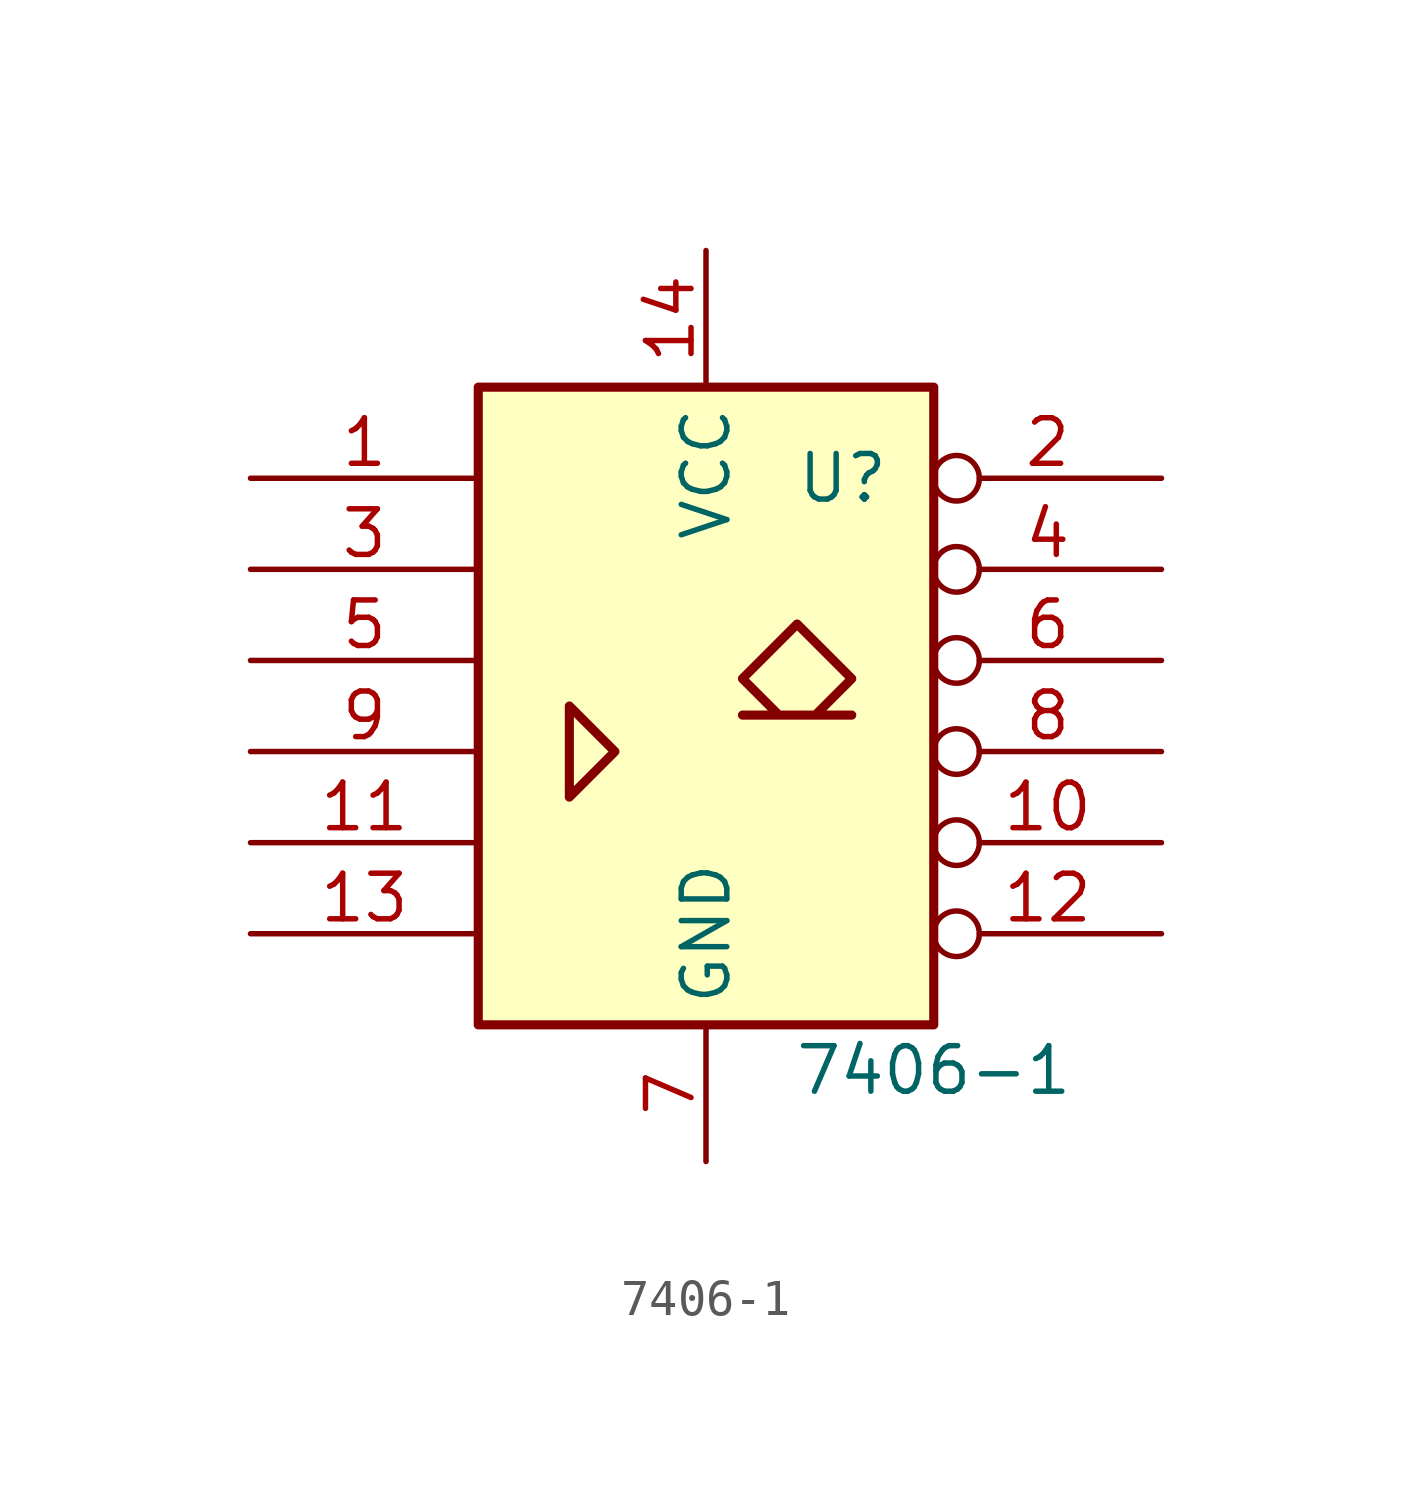
<source format=kicad_sym>
(kicad_symbol_lib
  (version 20231120)
  (generator "kicad_symbol_editor")
  (generator_version "8.0")
  (symbol "7406-1"
    (property "Reference" "U"
      (at 3.81 6.35 0)
      (effects (font (size 1.27 1.27))))
    (property "Value" "7406-1"
      (at 6.35 -10.16 0)
      (effects (font (size 1.27 1.27))))
    (symbol "7406-1_0_0"
      (polyline (pts (xy -3.81 0) (xy -3.81 -2.54) (xy -2.54 -1.27) (xy -3.81 0) (xy -3.81 0)) (stroke (width 0.254) (type default)) (fill (type background)))
      (polyline (pts (xy 3.048 -0.254) (xy 4.064 0.762) (xy 2.54 2.286) (xy 1.016 0.762) (xy 2.032 -0.254) (xy 1.016 -0.254) (xy 4.064 -0.254) (xy 4.064 -0.254)) (stroke (width 0.254) (type default)) (fill (type background))))
    (symbol "7406-1_0_1"
      (rectangle (start -6.35 8.89) (end 6.35 -8.89) (stroke (width 0.254) (type default)) (fill (type background)))
      (pin power_in line (at 0 12.7 270) (length 3.81) (name "VCC" (effects (font (size 1.27 1.27)))) (number "14" (effects (font (size 1.27 1.27)))))
      (pin power_in line (at 0 -12.7 90) (length 3.81) (name "GND" (effects (font (size 1.27 1.27)))) (number "7" (effects (font (size 1.27 1.27))))))
    (symbol "7406-1_1_1"
      (pin input line (at -12.7 6.35 0) (length 6.35) (name "~" (effects (font (size 1.27 1.27)))) (number "1" (effects (font (size 1.27 1.27)))))
      (pin open_collector inverted (at 12.7 -3.81 180) (length 6.35) (name "~" (effects (font (size 1.27 1.27)))) (number "10" (effects (font (size 1.27 1.27)))))
      (pin input line (at -12.7 -3.81 0) (length 6.35) (name "~" (effects (font (size 1.27 1.27)))) (number "11" (effects (font (size 1.27 1.27)))))
      (pin open_collector inverted (at 12.7 -6.35 180) (length 6.35) (name "~" (effects (font (size 1.27 1.27)))) (number "12" (effects (font (size 1.27 1.27)))))
      (pin input line (at -12.7 -6.35 0) (length 6.35) (name "~" (effects (font (size 1.27 1.27)))) (number "13" (effects (font (size 1.27 1.27)))))
      (pin open_collector inverted (at 12.7 6.35 180) (length 6.35) (name "~" (effects (font (size 1.27 1.27)))) (number "2" (effects (font (size 1.27 1.27)))))
      (pin input line (at -12.7 3.81 0) (length 6.35) (name "~" (effects (font (size 1.27 1.27)))) (number "3" (effects (font (size 1.27 1.27)))))
      (pin open_collector inverted (at 12.7 3.81 180) (length 6.35) (name "~" (effects (font (size 1.27 1.27)))) (number "4" (effects (font (size 1.27 1.27)))))
      (pin input line (at -12.7 1.27 0) (length 6.35) (name "~" (effects (font (size 1.27 1.27)))) (number "5" (effects (font (size 1.27 1.27)))))
      (pin open_collector inverted (at 12.7 1.27 180) (length 6.35) (name "~" (effects (font (size 1.27 1.27)))) (number "6" (effects (font (size 1.27 1.27)))))
      (pin open_collector inverted (at 12.7 -1.27 180) (length 6.35) (name "~" (effects (font (size 1.27 1.27)))) (number "8" (effects (font (size 1.27 1.27)))))
      (pin input line (at -12.7 -1.27 0) (length 6.35) (name "~" (effects (font (size 1.27 1.27)))) (number "9" (effects (font (size 1.27 1.27))))))))
</source>
